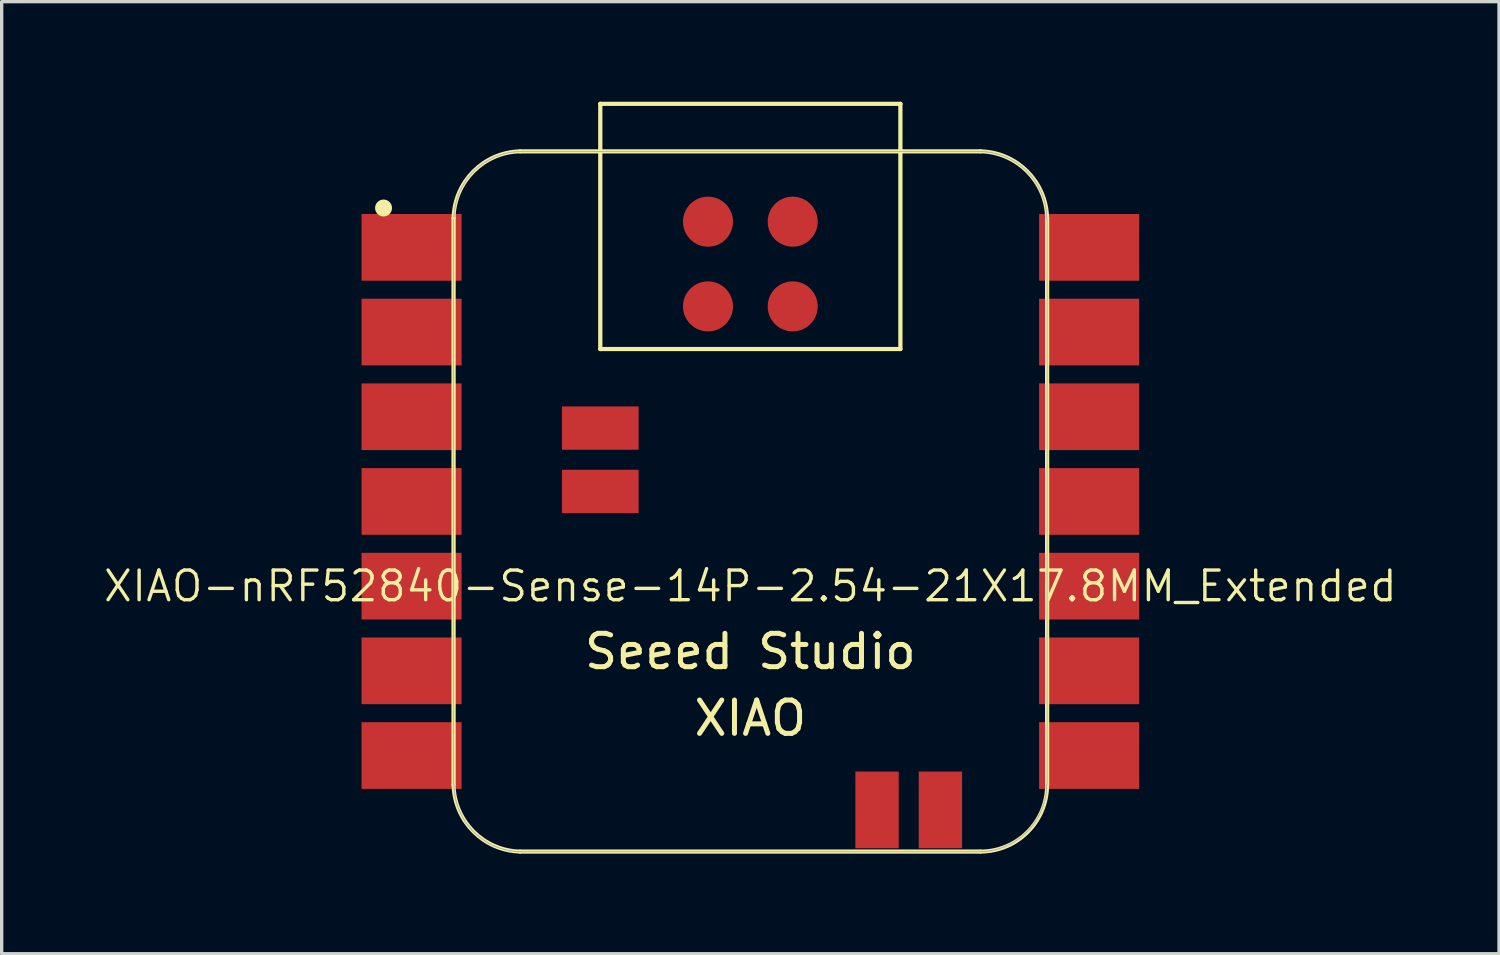
<source format=kicad_pcb>
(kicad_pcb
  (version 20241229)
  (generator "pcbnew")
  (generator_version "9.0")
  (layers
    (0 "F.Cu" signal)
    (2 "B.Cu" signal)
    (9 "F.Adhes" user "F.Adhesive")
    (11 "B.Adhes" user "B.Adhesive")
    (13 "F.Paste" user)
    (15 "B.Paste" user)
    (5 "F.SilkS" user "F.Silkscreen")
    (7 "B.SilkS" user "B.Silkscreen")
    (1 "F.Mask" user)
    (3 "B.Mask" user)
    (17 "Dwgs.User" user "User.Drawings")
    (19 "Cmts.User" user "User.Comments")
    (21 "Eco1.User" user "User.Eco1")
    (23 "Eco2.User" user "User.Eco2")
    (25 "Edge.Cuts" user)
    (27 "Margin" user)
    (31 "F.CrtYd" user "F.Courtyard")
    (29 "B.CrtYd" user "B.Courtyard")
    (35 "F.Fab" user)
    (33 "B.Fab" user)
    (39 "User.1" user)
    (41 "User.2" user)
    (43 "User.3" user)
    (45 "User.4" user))
  (footprint "XIAO-nRF52840-Sense-14P-2.54-21X17.8MM_Extended"
    (layer "F.Cu")
    (at 19.452 11.988)
    (property "Reference" "XIAO-nRF52840-Sense-14P-2.54-21X17.8MM_Extended" (at 0 2.54 0) (layer "F.SilkS") (effects (font (size 0.889 0.889) (thickness 0.102))))
    (attr smd)
    (fp_line (start -8.9 -8.5) (end -8.9 8.5) (stroke (width 0.127) (type solid)) (layer "F.SilkS"))
    (fp_line (start -6.9 10.5) (end 6.9 10.5) (stroke (width 0.127) (type solid)) (layer "F.SilkS"))
    (fp_line (start -4.5 -11.924) (end 4.5 -11.924) (stroke (width 0.127) (type solid)) (layer "F.SilkS"))
    (fp_line (start -4.5 -4.571) (end -4.5 -11.924) (stroke (width 0.127) (type solid)) (layer "F.SilkS"))
    (fp_line (start 4.5 -11.924) (end 4.5 -4.571) (stroke (width 0.127) (type solid)) (layer "F.SilkS"))
    (fp_line (start 4.5 -4.571) (end -4.5 -4.571) (stroke (width 0.127) (type solid)) (layer "F.SilkS"))
    (fp_line (start 6.9 -10.499) (end -6.9 -10.499) (stroke (width 0.127) (type solid)) (layer "F.SilkS"))
    (fp_line (start 8.9 8.5) (end 8.9 -8.5) (stroke (width 0.127) (type solid)) (layer "F.SilkS"))
    (fp_arc (start -8.9 -8.5) (mid -8.301491 -9.901491) (end -6.9 -10.5) (stroke (width 0.12) (type solid)) (layer "F.SilkS"))
    (fp_arc (start -6.9 10.5) (mid -8.301423 9.901423) (end -8.9 8.5) (stroke (width 0.12) (type solid)) (layer "F.SilkS"))
    (fp_arc (start 6.9 -10.5) (mid 8.301491 -9.901491) (end 8.9 -8.5) (stroke (width 0.12) (type solid)) (layer "F.SilkS"))
    (fp_arc (start 8.9 8.5) (mid 8.314214 9.914214) (end 6.9 10.5) (stroke (width 0.12) (type solid)) (layer "F.SilkS"))
    (fp_circle (center -11 -8.8) (end -11 -9.054) (stroke (width 0) (type solid)) (fill yes) (layer "F.SilkS"))
    (fp_poly (pts (xy -8.888 -8.562) (xy -8.885 -8.61) (xy -8.881 -8.659)) (stroke (width 0.025) (type solid)) (fill no) (layer "F.SilkS"))
    (fp_poly (pts (xy 8.889 8.522) (xy 8.888 8.571) (xy 8.885 8.62) (xy 8.881 8.669) (xy 8.875 8.717) (xy 8.869 8.766) (xy 8.861 8.815) (xy 8.852 8.863) (xy 8.842 8.911)) (stroke (width 0.025) (type solid)) (fill no) (layer "F.SilkS"))
    (fp_line (start -8.9 -8.463) (end -8.9 8.473) (stroke (width 0.025) (type solid)) (layer "F.Fab"))
    (fp_line (start -8.89 8.473) (end -8.889 8.522) (stroke (width 0.025) (type solid)) (layer "F.Fab"))
    (fp_line (start -8.889 8.522) (end -8.888 8.571) (stroke (width 0.025) (type solid)) (layer "F.Fab"))
    (fp_line (start -8.888 -8.562) (end -8.889 -8.512) (stroke (width 0.025) (type solid)) (layer "F.Fab"))
    (fp_line (start -8.888 8.571) (end -8.885 8.62) (stroke (width 0.025) (type solid)) (layer "F.Fab"))
    (fp_line (start -8.885 -8.61) (end -8.888 -8.562) (stroke (width 0.025) (type solid)) (layer "F.Fab"))
    (fp_line (start -8.885 8.62) (end -8.881 8.669) (stroke (width 0.025) (type solid)) (layer "F.Fab"))
    (fp_line (start -8.881 -8.659) (end -8.885 -8.61) (stroke (width 0.025) (type solid)) (layer "F.Fab"))
    (fp_line (start -8.881 8.669) (end -8.875 8.717) (stroke (width 0.025) (type solid)) (layer "F.Fab"))
    (fp_line (start -8.875 -8.708) (end -8.881 -8.659) (stroke (width 0.025) (type solid)) (layer "F.Fab"))
    (fp_line (start -8.875 8.717) (end -8.869 8.766) (stroke (width 0.025) (type solid)) (layer "F.Fab"))
    (fp_line (start -8.869 -8.757) (end -8.875 -8.708) (stroke (width 0.025) (type solid)) (layer "F.Fab"))
    (fp_line (start -8.869 8.766) (end -8.861 8.815) (stroke (width 0.025) (type solid)) (layer "F.Fab"))
    (fp_line (start -8.861 -8.806) (end -8.869 -8.757) (stroke (width 0.025) (type solid)) (layer "F.Fab"))
    (fp_line (start -8.861 8.815) (end -8.852 8.863) (stroke (width 0.025) (type solid)) (layer "F.Fab"))
    (fp_line (start -8.852 -8.854) (end -8.861 -8.806) (stroke (width 0.025) (type solid)) (layer "F.Fab"))
    (fp_line (start -8.852 8.863) (end -8.842 8.911) (stroke (width 0.025) (type solid)) (layer "F.Fab"))
    (fp_line (start -8.842 -8.902) (end -8.852 -8.854) (stroke (width 0.025) (type solid)) (layer "F.Fab"))
    (fp_line (start -8.842 8.911) (end -8.831 8.959) (stroke (width 0.025) (type solid)) (layer "F.Fab"))
    (fp_line (start -8.831 -8.95) (end -8.842 -8.902) (stroke (width 0.025) (type solid)) (layer "F.Fab"))
    (fp_line (start -8.831 8.959) (end -8.819 9.006) (stroke (width 0.025) (type solid)) (layer "F.Fab"))
    (fp_line (start -8.819 -8.997) (end -8.831 -8.95) (stroke (width 0.025) (type solid)) (layer "F.Fab"))
    (fp_line (start -8.819 9.006) (end -8.805 9.054) (stroke (width 0.025) (type solid)) (layer "F.Fab"))
    (fp_line (start -8.805 -9.045) (end -8.819 -8.997) (stroke (width 0.025) (type solid)) (layer "F.Fab"))
    (fp_line (start -8.805 9.054) (end -8.79 9.1) (stroke (width 0.025) (type solid)) (layer "F.Fab"))
    (fp_line (start -8.79 -9.091) (end -8.805 -9.045) (stroke (width 0.025) (type solid)) (layer "F.Fab"))
    (fp_line (start -8.79 9.1) (end -8.775 9.147) (stroke (width 0.025) (type solid)) (layer "F.Fab"))
    (fp_line (start -8.775 -9.138) (end -8.79 -9.091) (stroke (width 0.025) (type solid)) (layer "F.Fab"))
    (fp_line (start -8.775 9.147) (end -8.758 9.193) (stroke (width 0.025) (type solid)) (layer "F.Fab"))
    (fp_line (start -8.758 -9.184) (end -8.775 -9.138) (stroke (width 0.025) (type solid)) (layer "F.Fab"))
    (fp_line (start -8.758 9.193) (end -8.74 9.239) (stroke (width 0.025) (type solid)) (layer "F.Fab"))
    (fp_line (start -8.74 -9.23) (end -8.758 -9.184) (stroke (width 0.025) (type solid)) (layer "F.Fab"))
    (fp_line (start -8.74 9.239) (end -8.721 9.284) (stroke (width 0.025) (type solid)) (layer "F.Fab"))
    (fp_line (start -8.721 -9.275) (end -8.74 -9.23) (stroke (width 0.025) (type solid)) (layer "F.Fab"))
    (fp_line (start -8.721 9.284) (end -8.701 9.329) (stroke (width 0.025) (type solid)) (layer "F.Fab"))
    (fp_line (start -8.701 -9.32) (end -8.721 -9.275) (stroke (width 0.025) (type solid)) (layer "F.Fab"))
    (fp_line (start -8.701 9.329) (end -8.679 9.373) (stroke (width 0.025) (type solid)) (layer "F.Fab"))
    (fp_line (start -8.679 -9.364) (end -8.701 -9.32) (stroke (width 0.025) (type solid)) (layer "F.Fab"))
    (fp_line (start -8.679 9.373) (end -8.657 9.417) (stroke (width 0.025) (type solid)) (layer "F.Fab"))
    (fp_line (start -8.657 -9.408) (end -8.679 -9.364) (stroke (width 0.025) (type solid)) (layer "F.Fab"))
    (fp_line (start -8.657 9.417) (end -8.634 9.46) (stroke (width 0.025) (type solid)) (layer "F.Fab"))
    (fp_line (start -8.634 -9.451) (end -8.657 -9.408) (stroke (width 0.025) (type solid)) (layer "F.Fab"))
    (fp_line (start -8.634 9.46) (end -8.61 9.503) (stroke (width 0.025) (type solid)) (layer "F.Fab"))
    (fp_line (start -8.61 -9.494) (end -8.634 -9.451) (stroke (width 0.025) (type solid)) (layer "F.Fab"))
    (fp_line (start -8.61 9.503) (end -8.584 9.545) (stroke (width 0.025) (type solid)) (layer "F.Fab"))
    (fp_line (start -8.584 -9.536) (end -8.61 -9.494) (stroke (width 0.025) (type solid)) (layer "F.Fab"))
    (fp_line (start -8.584 9.545) (end -8.558 9.586) (stroke (width 0.025) (type solid)) (layer "F.Fab"))
    (fp_line (start -8.558 -9.577) (end -8.584 -9.536) (stroke (width 0.025) (type solid)) (layer "F.Fab"))
    (fp_line (start -8.558 9.586) (end -8.53 9.627) (stroke (width 0.025) (type solid)) (layer "F.Fab"))
    (fp_line (start -8.53 -9.618) (end -8.558 -9.577) (stroke (width 0.025) (type solid)) (layer "F.Fab"))
    (fp_line (start -8.53 9.627) (end -8.502 9.667) (stroke (width 0.025) (type solid)) (layer "F.Fab"))
    (fp_line (start -8.502 -9.658) (end -8.53 -9.618) (stroke (width 0.025) (type solid)) (layer "F.Fab"))
    (fp_line (start -8.502 9.667) (end -8.473 9.706) (stroke (width 0.025) (type solid)) (layer "F.Fab"))
    (fp_line (start -8.473 -9.697) (end -8.502 -9.658) (stroke (width 0.025) (type solid)) (layer "F.Fab"))
    (fp_line (start -8.473 9.706) (end -8.442 9.745) (stroke (width 0.025) (type solid)) (layer "F.Fab"))
    (fp_line (start -8.442 -9.736) (end -8.473 -9.697) (stroke (width 0.025) (type solid)) (layer "F.Fab"))
    (fp_line (start -8.442 9.745) (end -8.411 9.783) (stroke (width 0.025) (type solid)) (layer "F.Fab"))
    (fp_line (start -8.411 -9.774) (end -8.442 -9.736) (stroke (width 0.025) (type solid)) (layer "F.Fab"))
    (fp_line (start -8.411 9.783) (end -8.379 9.82) (stroke (width 0.025) (type solid)) (layer "F.Fab"))
    (fp_line (start -8.379 -9.811) (end -8.411 -9.774) (stroke (width 0.025) (type solid)) (layer "F.Fab"))
    (fp_line (start -8.379 9.82) (end -8.346 9.856) (stroke (width 0.025) (type solid)) (layer "F.Fab"))
    (fp_line (start -8.346 -9.847) (end -8.379 -9.811) (stroke (width 0.025) (type solid)) (layer "F.Fab"))
    (fp_line (start -8.346 9.856) (end -8.312 9.892) (stroke (width 0.025) (type solid)) (layer "F.Fab"))
    (fp_line (start -8.312 -9.883) (end -8.346 -9.847) (stroke (width 0.025) (type solid)) (layer "F.Fab"))
    (fp_line (start -8.312 9.892) (end -8.277 9.927) (stroke (width 0.025) (type solid)) (layer "F.Fab"))
    (fp_line (start -8.277 -9.918) (end -8.312 -9.883) (stroke (width 0.025) (type solid)) (layer "F.Fab"))
    (fp_line (start -8.277 9.927) (end -8.242 9.96) (stroke (width 0.025) (type solid)) (layer "F.Fab"))
    (fp_line (start -8.242 -9.951) (end -8.277 -9.918) (stroke (width 0.025) (type solid)) (layer "F.Fab"))
    (fp_line (start -8.242 9.96) (end -8.205 9.994) (stroke (width 0.025) (type solid)) (layer "F.Fab"))
    (fp_line (start -8.205 -9.984) (end -8.242 -9.951) (stroke (width 0.025) (type solid)) (layer "F.Fab"))
    (fp_line (start -8.205 9.994) (end -8.168 10.026) (stroke (width 0.025) (type solid)) (layer "F.Fab"))
    (fp_line (start -8.168 -10.017) (end -8.205 -9.984) (stroke (width 0.025) (type solid)) (layer "F.Fab"))
    (fp_line (start -8.168 10.026) (end -8.13 10.057) (stroke (width 0.025) (type solid)) (layer "F.Fab"))
    (fp_line (start -8.13 -10.048) (end -8.168 -10.017) (stroke (width 0.025) (type solid)) (layer "F.Fab"))
    (fp_line (start -8.13 10.057) (end -8.092 10.087) (stroke (width 0.025) (type solid)) (layer "F.Fab"))
    (fp_line (start -8.092 -10.078) (end -8.13 -10.048) (stroke (width 0.025) (type solid)) (layer "F.Fab"))
    (fp_line (start -8.092 10.087) (end -8.052 10.116) (stroke (width 0.025) (type solid)) (layer "F.Fab"))
    (fp_line (start -8.052 -10.107) (end -8.092 -10.078) (stroke (width 0.025) (type solid)) (layer "F.Fab"))
    (fp_line (start -8.052 10.116) (end -8.012 10.145) (stroke (width 0.025) (type solid)) (layer "F.Fab"))
    (fp_line (start -8.012 -10.136) (end -8.052 -10.107) (stroke (width 0.025) (type solid)) (layer "F.Fab"))
    (fp_line (start -8.012 10.145) (end -7.972 10.172) (stroke (width 0.025) (type solid)) (layer "F.Fab"))
    (fp_line (start -7.972 -10.163) (end -8.012 -10.136) (stroke (width 0.025) (type solid)) (layer "F.Fab"))
    (fp_line (start -7.972 10.172) (end -7.93 10.199) (stroke (width 0.025) (type solid)) (layer "F.Fab"))
    (fp_line (start -7.93 -10.19) (end -7.972 -10.163) (stroke (width 0.025) (type solid)) (layer "F.Fab"))
    (fp_line (start -7.93 10.199) (end -7.888 10.224) (stroke (width 0.025) (type solid)) (layer "F.Fab"))
    (fp_line (start -7.888 -10.215) (end -7.93 -10.19) (stroke (width 0.025) (type solid)) (layer "F.Fab"))
    (fp_line (start -7.888 10.224) (end -7.846 10.249) (stroke (width 0.025) (type solid)) (layer "F.Fab"))
    (fp_line (start -7.846 -10.239) (end -7.888 -10.215) (stroke (width 0.025) (type solid)) (layer "F.Fab"))
    (fp_line (start -7.846 10.249) (end -7.802 10.272) (stroke (width 0.025) (type solid)) (layer "F.Fab"))
    (fp_line (start -7.802 -10.263) (end -7.846 -10.239) (stroke (width 0.025) (type solid)) (layer "F.Fab"))
    (fp_line (start -7.802 10.272) (end -7.759 10.294) (stroke (width 0.025) (type solid)) (layer "F.Fab"))
    (fp_line (start -7.759 -10.285) (end -7.802 -10.263) (stroke (width 0.025) (type solid)) (layer "F.Fab"))
    (fp_line (start -7.759 10.294) (end -7.714 10.315) (stroke (width 0.025) (type solid)) (layer "F.Fab"))
    (fp_line (start -7.714 -10.306) (end -7.759 -10.285) (stroke (width 0.025) (type solid)) (layer "F.Fab"))
    (fp_line (start -7.714 10.315) (end -7.67 10.335) (stroke (width 0.025) (type solid)) (layer "F.Fab"))
    (fp_line (start -7.67 -10.326) (end -7.714 -10.306) (stroke (width 0.025) (type solid)) (layer "F.Fab"))
    (fp_line (start -7.67 10.335) (end -7.624 10.354) (stroke (width 0.025) (type solid)) (layer "F.Fab"))
    (fp_line (start -7.624 -10.345) (end -7.67 -10.326) (stroke (width 0.025) (type solid)) (layer "F.Fab"))
    (fp_line (start -7.624 10.354) (end -7.579 10.372) (stroke (width 0.025) (type solid)) (layer "F.Fab"))
    (fp_line (start -7.579 -10.363) (end -7.624 -10.345) (stroke (width 0.025) (type solid)) (layer "F.Fab"))
    (fp_line (start -7.579 10.372) (end -7.532 10.389) (stroke (width 0.025) (type solid)) (layer "F.Fab"))
    (fp_line (start -7.532 -10.38) (end -7.579 -10.363) (stroke (width 0.025) (type solid)) (layer "F.Fab"))
    (fp_line (start -7.532 10.389) (end -7.486 10.405) (stroke (width 0.025) (type solid)) (layer "F.Fab"))
    (fp_line (start -7.486 -10.396) (end -7.532 -10.38) (stroke (width 0.025) (type solid)) (layer "F.Fab"))
    (fp_line (start -7.486 10.405) (end -7.439 10.42) (stroke (width 0.025) (type solid)) (layer "F.Fab"))
    (fp_line (start -7.439 -10.411) (end -7.486 -10.396) (stroke (width 0.025) (type solid)) (layer "F.Fab"))
    (fp_line (start -7.439 10.42) (end -7.392 10.433) (stroke (width 0.025) (type solid)) (layer "F.Fab"))
    (fp_line (start -7.392 -10.424) (end -7.439 -10.411) (stroke (width 0.025) (type solid)) (layer "F.Fab"))
    (fp_line (start -7.392 10.433) (end -7.344 10.446) (stroke (width 0.025) (type solid)) (layer "F.Fab"))
    (fp_line (start -7.344 -10.436) (end -7.392 -10.424) (stroke (width 0.025) (type solid)) (layer "F.Fab"))
    (fp_line (start -7.344 10.446) (end -7.296 10.457) (stroke (width 0.025) (type solid)) (layer "F.Fab"))
    (fp_line (start -7.296 -10.448) (end -7.344 -10.436) (stroke (width 0.025) (type solid)) (layer "F.Fab"))
    (fp_line (start -7.296 10.457) (end -7.248 10.467) (stroke (width 0.025) (type solid)) (layer "F.Fab"))
    (fp_line (start -7.248 -10.458) (end -7.296 -10.448) (stroke (width 0.025) (type solid)) (layer "F.Fab"))
    (fp_line (start -7.248 10.467) (end -7.2 10.476) (stroke (width 0.025) (type solid)) (layer "F.Fab"))
    (fp_line (start -7.2 -10.466) (end -7.248 -10.458) (stroke (width 0.025) (type solid)) (layer "F.Fab"))
    (fp_line (start -7.2 10.476) (end -7.152 10.483) (stroke (width 0.025) (type solid)) (layer "F.Fab"))
    (fp_line (start -7.152 -10.474) (end -7.2 -10.466) (stroke (width 0.025) (type solid)) (layer "F.Fab"))
    (fp_line (start -7.152 10.483) (end -7.103 10.49) (stroke (width 0.025) (type solid)) (layer "F.Fab"))
    (fp_line (start -7.103 -10.481) (end -7.152 -10.474) (stroke (width 0.025) (type solid)) (layer "F.Fab"))
    (fp_line (start -7.103 10.49) (end -7.054 10.495) (stroke (width 0.025) (type solid)) (layer "F.Fab"))
    (fp_line (start -7.054 -10.486) (end -7.103 -10.481) (stroke (width 0.025) (type solid)) (layer "F.Fab"))
    (fp_line (start -7.054 10.495) (end -7.005 10.499) (stroke (width 0.025) (type solid)) (layer "F.Fab"))
    (fp_line (start -7.005 -10.49) (end -7.054 -10.486) (stroke (width 0.025) (type solid)) (layer "F.Fab"))
    (fp_line (start -7.005 10.499) (end -6.956 10.502) (stroke (width 0.025) (type solid)) (layer "F.Fab"))
    (fp_line (start -6.956 -10.493) (end -7.005 -10.49) (stroke (width 0.025) (type solid)) (layer "F.Fab"))
    (fp_line (start -6.956 10.502) (end -6.907 10.504) (stroke (width 0.025) (type solid)) (layer "F.Fab"))
    (fp_line (start -6.907 -10.495) (end -6.956 -10.493) (stroke (width 0.025) (type solid)) (layer "F.Fab"))
    (fp_line (start -6.907 10.504) (end -6.858 10.505) (stroke (width 0.025) (type solid)) (layer "F.Fab"))
    (fp_line (start -6.858 -10.495) (end -6.907 -10.495) (stroke (width 0.025) (type solid)) (layer "F.Fab"))
    (fp_line (start -6.858 10.505) (end 6.858 10.505) (stroke (width 0.025) (type solid)) (layer "F.Fab"))
    (fp_line (start 6.858 -10.495) (end -6.858 -10.495) (stroke (width 0.025) (type solid)) (layer "F.Fab"))
    (fp_line (start 6.858 10.505) (end 6.907 10.504) (stroke (width 0.025) (type solid)) (layer "F.Fab"))
    (fp_line (start 6.907 -10.495) (end 6.858 -10.495) (stroke (width 0.025) (type solid)) (layer "F.Fab"))
    (fp_line (start 6.907 10.504) (end 6.956 10.502) (stroke (width 0.025) (type solid)) (layer "F.Fab"))
    (fp_line (start 6.956 -10.493) (end 6.907 -10.495) (stroke (width 0.025) (type solid)) (layer "F.Fab"))
    (fp_line (start 6.956 10.502) (end 7.005 10.499) (stroke (width 0.025) (type solid)) (layer "F.Fab"))
    (fp_line (start 7.005 -10.49) (end 6.956 -10.493) (stroke (width 0.025) (type solid)) (layer "F.Fab"))
    (fp_line (start 7.005 10.499) (end 7.054 10.495) (stroke (width 0.025) (type solid)) (layer "F.Fab"))
    (fp_line (start 7.054 -10.486) (end 7.005 -10.49) (stroke (width 0.025) (type solid)) (layer "F.Fab"))
    (fp_line (start 7.054 10.495) (end 7.103 10.49) (stroke (width 0.025) (type solid)) (layer "F.Fab"))
    (fp_line (start 7.103 -10.481) (end 7.054 -10.486) (stroke (width 0.025) (type solid)) (layer "F.Fab"))
    (fp_line (start 7.103 10.49) (end 7.152 10.483) (stroke (width 0.025) (type solid)) (layer "F.Fab"))
    (fp_line (start 7.152 -10.474) (end 7.103 -10.481) (stroke (width 0.025) (type solid)) (layer "F.Fab"))
    (fp_line (start 7.152 10.483) (end 7.2 10.476) (stroke (width 0.025) (type solid)) (layer "F.Fab"))
    (fp_line (start 7.2 -10.466) (end 7.152 -10.474) (stroke (width 0.025) (type solid)) (layer "F.Fab"))
    (fp_line (start 7.2 10.476) (end 7.248 10.467) (stroke (width 0.025) (type solid)) (layer "F.Fab"))
    (fp_line (start 7.248 -10.458) (end 7.2 -10.466) (stroke (width 0.025) (type solid)) (layer "F.Fab"))
    (fp_line (start 7.248 10.467) (end 7.296 10.457) (stroke (width 0.025) (type solid)) (layer "F.Fab"))
    (fp_line (start 7.296 -10.448) (end 7.248 -10.458) (stroke (width 0.025) (type solid)) (layer "F.Fab"))
    (fp_line (start 7.296 10.457) (end 7.344 10.446) (stroke (width 0.025) (type solid)) (layer "F.Fab"))
    (fp_line (start 7.344 -10.436) (end 7.296 -10.448) (stroke (width 0.025) (type solid)) (layer "F.Fab"))
    (fp_line (start 7.344 10.446) (end 7.392 10.433) (stroke (width 0.025) (type solid)) (layer "F.Fab"))
    (fp_line (start 7.392 -10.424) (end 7.344 -10.436) (stroke (width 0.025) (type solid)) (layer "F.Fab"))
    (fp_line (start 7.392 10.433) (end 7.439 10.42) (stroke (width 0.025) (type solid)) (layer "F.Fab"))
    (fp_line (start 7.439 -10.411) (end 7.392 -10.424) (stroke (width 0.025) (type solid)) (layer "F.Fab"))
    (fp_line (start 7.439 10.42) (end 7.486 10.405) (stroke (width 0.025) (type solid)) (layer "F.Fab"))
    (fp_line (start 7.486 -10.396) (end 7.439 -10.411) (stroke (width 0.025) (type solid)) (layer "F.Fab"))
    (fp_line (start 7.486 10.405) (end 7.532 10.389) (stroke (width 0.025) (type solid)) (layer "F.Fab"))
    (fp_line (start 7.532 -10.38) (end 7.486 -10.396) (stroke (width 0.025) (type solid)) (layer "F.Fab"))
    (fp_line (start 7.532 10.389) (end 7.579 10.372) (stroke (width 0.025) (type solid)) (layer "F.Fab"))
    (fp_line (start 7.579 -10.363) (end 7.532 -10.38) (stroke (width 0.025) (type solid)) (layer "F.Fab"))
    (fp_line (start 7.579 10.372) (end 7.624 10.354) (stroke (width 0.025) (type solid)) (layer "F.Fab"))
    (fp_line (start 7.624 -10.345) (end 7.579 -10.363) (stroke (width 0.025) (type solid)) (layer "F.Fab"))
    (fp_line (start 7.624 10.354) (end 7.67 10.335) (stroke (width 0.025) (type solid)) (layer "F.Fab"))
    (fp_line (start 7.67 -10.326) (end 7.624 -10.345) (stroke (width 0.025) (type solid)) (layer "F.Fab"))
    (fp_line (start 7.67 10.335) (end 7.714 10.315) (stroke (width 0.025) (type solid)) (layer "F.Fab"))
    (fp_line (start 7.714 -10.306) (end 7.67 -10.326) (stroke (width 0.025) (type solid)) (layer "F.Fab"))
    (fp_line (start 7.714 10.315) (end 7.759 10.294) (stroke (width 0.025) (type solid)) (layer "F.Fab"))
    (fp_line (start 7.759 -10.285) (end 7.714 -10.306) (stroke (width 0.025) (type solid)) (layer "F.Fab"))
    (fp_line (start 7.759 10.294) (end 7.802 10.272) (stroke (width 0.025) (type solid)) (layer "F.Fab"))
    (fp_line (start 7.802 -10.263) (end 7.759 -10.285) (stroke (width 0.025) (type solid)) (layer "F.Fab"))
    (fp_line (start 7.802 10.272) (end 7.846 10.249) (stroke (width 0.025) (type solid)) (layer "F.Fab"))
    (fp_line (start 7.846 -10.239) (end 7.802 -10.263) (stroke (width 0.025) (type solid)) (layer "F.Fab"))
    (fp_line (start 7.846 10.249) (end 7.888 10.224) (stroke (width 0.025) (type solid)) (layer "F.Fab"))
    (fp_line (start 7.888 -10.215) (end 7.846 -10.239) (stroke (width 0.025) (type solid)) (layer "F.Fab"))
    (fp_line (start 7.888 10.224) (end 7.93 10.199) (stroke (width 0.025) (type solid)) (layer "F.Fab"))
    (fp_line (start 7.93 -10.19) (end 7.888 -10.215) (stroke (width 0.025) (type solid)) (layer "F.Fab"))
    (fp_line (start 7.93 10.199) (end 7.972 10.172) (stroke (width 0.025) (type solid)) (layer "F.Fab"))
    (fp_line (start 7.972 -10.163) (end 7.93 -10.19) (stroke (width 0.025) (type solid)) (layer "F.Fab"))
    (fp_line (start 7.972 10.172) (end 8.012 10.145) (stroke (width 0.025) (type solid)) (layer "F.Fab"))
    (fp_line (start 8.012 -10.136) (end 7.972 -10.163) (stroke (width 0.025) (type solid)) (layer "F.Fab"))
    (fp_line (start 8.012 10.145) (end 8.052 10.116) (stroke (width 0.025) (type solid)) (layer "F.Fab"))
    (fp_line (start 8.052 -10.107) (end 8.012 -10.136) (stroke (width 0.025) (type solid)) (layer "F.Fab"))
    (fp_line (start 8.052 10.116) (end 8.092 10.087) (stroke (width 0.025) (type solid)) (layer "F.Fab"))
    (fp_line (start 8.092 -10.078) (end 8.052 -10.107) (stroke (width 0.025) (type solid)) (layer "F.Fab"))
    (fp_line (start 8.092 10.087) (end 8.13 10.057) (stroke (width 0.025) (type solid)) (layer "F.Fab"))
    (fp_line (start 8.13 -10.048) (end 8.092 -10.078) (stroke (width 0.025) (type solid)) (layer "F.Fab"))
    (fp_line (start 8.13 10.057) (end 8.168 10.026) (stroke (width 0.025) (type solid)) (layer "F.Fab"))
    (fp_line (start 8.168 -10.017) (end 8.13 -10.048) (stroke (width 0.025) (type solid)) (layer "F.Fab"))
    (fp_line (start 8.168 10.026) (end 8.205 9.994) (stroke (width 0.025) (type solid)) (layer "F.Fab"))
    (fp_line (start 8.205 -9.984) (end 8.168 -10.017) (stroke (width 0.025) (type solid)) (layer "F.Fab"))
    (fp_line (start 8.205 9.994) (end 8.242 9.96) (stroke (width 0.025) (type solid)) (layer "F.Fab"))
    (fp_line (start 8.242 -9.951) (end 8.205 -9.984) (stroke (width 0.025) (type solid)) (layer "F.Fab"))
    (fp_line (start 8.242 9.96) (end 8.277 9.927) (stroke (width 0.025) (type solid)) (layer "F.Fab"))
    (fp_line (start 8.277 -9.918) (end 8.242 -9.951) (stroke (width 0.025) (type solid)) (layer "F.Fab"))
    (fp_line (start 8.277 9.927) (end 8.312 9.892) (stroke (width 0.025) (type solid)) (layer "F.Fab"))
    (fp_line (start 8.312 -9.883) (end 8.277 -9.918) (stroke (width 0.025) (type solid)) (layer "F.Fab"))
    (fp_line (start 8.312 9.892) (end 8.346 9.856) (stroke (width 0.025) (type solid)) (layer "F.Fab"))
    (fp_line (start 8.346 -9.847) (end 8.312 -9.883) (stroke (width 0.025) (type solid)) (layer "F.Fab"))
    (fp_line (start 8.346 9.856) (end 8.379 9.82) (stroke (width 0.025) (type solid)) (layer "F.Fab"))
    (fp_line (start 8.379 -9.811) (end 8.346 -9.847) (stroke (width 0.025) (type solid)) (layer "F.Fab"))
    (fp_line (start 8.379 9.82) (end 8.411 9.783) (stroke (width 0.025) (type solid)) (layer "F.Fab"))
    (fp_line (start 8.411 -9.774) (end 8.379 -9.811) (stroke (width 0.025) (type solid)) (layer "F.Fab"))
    (fp_line (start 8.411 9.783) (end 8.442 9.745) (stroke (width 0.025) (type solid)) (layer "F.Fab"))
    (fp_line (start 8.442 -9.736) (end 8.411 -9.774) (stroke (width 0.025) (type solid)) (layer "F.Fab"))
    (fp_line (start 8.442 9.745) (end 8.473 9.706) (stroke (width 0.025) (type solid)) (layer "F.Fab"))
    (fp_line (start 8.473 -9.697) (end 8.442 -9.736) (stroke (width 0.025) (type solid)) (layer "F.Fab"))
    (fp_line (start 8.473 9.706) (end 8.502 9.667) (stroke (width 0.025) (type solid)) (layer "F.Fab"))
    (fp_line (start 8.502 -9.658) (end 8.473 -9.697) (stroke (width 0.025) (type solid)) (layer "F.Fab"))
    (fp_line (start 8.502 9.667) (end 8.53 9.627) (stroke (width 0.025) (type solid)) (layer "F.Fab"))
    (fp_line (start 8.53 -9.618) (end 8.502 -9.658) (stroke (width 0.025) (type solid)) (layer "F.Fab"))
    (fp_line (start 8.53 9.627) (end 8.558 9.586) (stroke (width 0.025) (type solid)) (layer "F.Fab"))
    (fp_line (start 8.558 -9.577) (end 8.53 -9.618) (stroke (width 0.025) (type solid)) (layer "F.Fab"))
    (fp_line (start 8.558 9.586) (end 8.584 9.545) (stroke (width 0.025) (type solid)) (layer "F.Fab"))
    (fp_line (start 8.584 -9.536) (end 8.558 -9.577) (stroke (width 0.025) (type solid)) (layer "F.Fab"))
    (fp_line (start 8.584 9.545) (end 8.61 9.503) (stroke (width 0.025) (type solid)) (layer "F.Fab"))
    (fp_line (start 8.61 -9.494) (end 8.584 -9.536) (stroke (width 0.025) (type solid)) (layer "F.Fab"))
    (fp_line (start 8.61 9.503) (end 8.634 9.46) (stroke (width 0.025) (type solid)) (layer "F.Fab"))
    (fp_line (start 8.634 -9.451) (end 8.61 -9.494) (stroke (width 0.025) (type solid)) (layer "F.Fab"))
    (fp_line (start 8.634 9.46) (end 8.657 9.417) (stroke (width 0.025) (type solid)) (layer "F.Fab"))
    (fp_line (start 8.657 -9.408) (end 8.634 -9.451) (stroke (width 0.025) (type solid)) (layer "F.Fab"))
    (fp_line (start 8.657 9.417) (end 8.679 9.373) (stroke (width 0.025) (type solid)) (layer "F.Fab"))
    (fp_line (start 8.679 -9.364) (end 8.657 -9.408) (stroke (width 0.025) (type solid)) (layer "F.Fab"))
    (fp_line (start 8.679 9.373) (end 8.701 9.329) (stroke (width 0.025) (type solid)) (layer "F.Fab"))
    (fp_line (start 8.701 -9.32) (end 8.679 -9.364) (stroke (width 0.025) (type solid)) (layer "F.Fab"))
    (fp_line (start 8.701 9.329) (end 8.721 9.284) (stroke (width 0.025) (type solid)) (layer "F.Fab"))
    (fp_line (start 8.721 -9.275) (end 8.701 -9.32) (stroke (width 0.025) (type solid)) (layer "F.Fab"))
    (fp_line (start 8.721 9.284) (end 8.74 9.239) (stroke (width 0.025) (type solid)) (layer "F.Fab"))
    (fp_line (start 8.74 -9.23) (end 8.721 -9.275) (stroke (width 0.025) (type solid)) (layer "F.Fab"))
    (fp_line (start 8.74 9.239) (end 8.758 9.193) (stroke (width 0.025) (type solid)) (layer "F.Fab"))
    (fp_line (start 8.758 -9.184) (end 8.74 -9.23) (stroke (width 0.025) (type solid)) (layer "F.Fab"))
    (fp_line (start 8.758 9.193) (end 8.775 9.147) (stroke (width 0.025) (type solid)) (layer "F.Fab"))
    (fp_line (start 8.775 -9.138) (end 8.758 -9.184) (stroke (width 0.025) (type solid)) (layer "F.Fab"))
    (fp_line (start 8.775 9.147) (end 8.79 9.1) (stroke (width 0.025) (type solid)) (layer "F.Fab"))
    (fp_line (start 8.79 -9.091) (end 8.775 -9.138) (stroke (width 0.025) (type solid)) (layer "F.Fab"))
    (fp_line (start 8.79 9.1) (end 8.805 9.054) (stroke (width 0.025) (type solid)) (layer "F.Fab"))
    (fp_line (start 8.805 -9.045) (end 8.79 -9.091) (stroke (width 0.025) (type solid)) (layer "F.Fab"))
    (fp_line (start 8.805 9.054) (end 8.819 9.006) (stroke (width 0.025) (type solid)) (layer "F.Fab"))
    (fp_line (start 8.819 -8.997) (end 8.805 -9.045) (stroke (width 0.025) (type solid)) (layer "F.Fab"))
    (fp_line (start 8.819 9.006) (end 8.831 8.959) (stroke (width 0.025) (type solid)) (layer "F.Fab"))
    (fp_line (start 8.831 -8.95) (end 8.819 -8.997) (stroke (width 0.025) (type solid)) (layer "F.Fab"))
    (fp_line (start 8.831 8.959) (end 8.842 8.911) (stroke (width 0.025) (type solid)) (layer "F.Fab"))
    (fp_line (start 8.842 -8.902) (end 8.831 -8.95) (stroke (width 0.025) (type solid)) (layer "F.Fab"))
    (fp_line (start 8.842 8.911) (end 8.852 8.863) (stroke (width 0.025) (type solid)) (layer "F.Fab"))
    (fp_line (start 8.852 -8.854) (end 8.842 -8.902) (stroke (width 0.025) (type solid)) (layer "F.Fab"))
    (fp_line (start 8.852 8.863) (end 8.861 8.815) (stroke (width 0.025) (type solid)) (layer "F.Fab"))
    (fp_line (start 8.861 -8.806) (end 8.852 -8.854) (stroke (width 0.025) (type solid)) (layer "F.Fab"))
    (fp_line (start 8.861 8.815) (end 8.869 8.766) (stroke (width 0.025) (type solid)) (layer "F.Fab"))
    (fp_line (start 8.869 -8.757) (end 8.861 -8.806) (stroke (width 0.025) (type solid)) (layer "F.Fab"))
    (fp_line (start 8.869 8.766) (end 8.875 8.717) (stroke (width 0.025) (type solid)) (layer "F.Fab"))
    (fp_line (start 8.875 -8.708) (end 8.869 -8.757) (stroke (width 0.025) (type solid)) (layer "F.Fab"))
    (fp_line (start 8.875 8.717) (end 8.881 8.669) (stroke (width 0.025) (type solid)) (layer "F.Fab"))
    (fp_line (start 8.881 -8.659) (end 8.875 -8.708) (stroke (width 0.025) (type solid)) (layer "F.Fab"))
    (fp_line (start 8.881 8.669) (end 8.885 8.62) (stroke (width 0.025) (type solid)) (layer "F.Fab"))
    (fp_line (start 8.885 -8.61) (end 8.881 -8.659) (stroke (width 0.025) (type solid)) (layer "F.Fab"))
    (fp_line (start 8.885 8.62) (end 8.888 8.571) (stroke (width 0.025) (type solid)) (layer "F.Fab"))
    (fp_line (start 8.888 -8.562) (end 8.885 -8.61) (stroke (width 0.025) (type solid)) (layer "F.Fab"))
    (fp_line (start 8.888 8.571) (end 8.889 8.522) (stroke (width 0.025) (type solid)) (layer "F.Fab"))
    (fp_line (start 8.889 -8.512) (end 8.888 -8.562) (stroke (width 0.025) (type solid)) (layer "F.Fab"))
    (fp_line (start 8.889 8.522) (end 8.89 8.473) (stroke (width 0.025) (type solid)) (layer "F.Fab"))
    (fp_line (start 8.89 -8.463) (end 8.889 -8.512) (stroke (width 0.025) (type solid)) (layer "F.Fab"))
    (fp_line (start 8.9 8.473) (end 8.9 -8.463) (stroke (width 0.025) (type solid)) (layer "F.Fab"))
    (fp_text user "Seeed Studio" (at 0 4.5 0) (unlocked yes) (layer "F.SilkS") (effects (font (size 1 1) (thickness 0.15))))
    (fp_text user "XIAO" (at 0 6.5 0) (unlocked yes) (layer "F.SilkS") (effects (font (size 1 1) (thickness 0.15))))
    (pad "1" smd rect (at -10.16 -7.62) (size 3 2) (layers "F.Cu" "F.Mask" "F.Paste"))
    (pad "2" smd rect (at -10.16 -5.08) (size 3 2) (layers "F.Cu" "F.Mask" "F.Paste"))
    (pad "3" smd rect (at -10.16 -2.54) (size 3 2) (layers "F.Cu" "F.Mask" "F.Paste"))
    (pad "4" smd rect (at -10.16 0) (size 3 2) (layers "F.Cu" "F.Mask" "F.Paste"))
    (pad "5" smd rect (at -10.16 2.54) (size 3 2) (layers "F.Cu" "F.Mask" "F.Paste"))
    (pad "6" smd rect (at -10.16 5.08 180) (size 3 2) (layers "F.Cu" "F.Mask" "F.Paste"))
    (pad "7" smd rect (at -10.16 7.62) (size 3 2) (layers "F.Cu" "F.Mask" "F.Paste"))
    (pad "8" smd rect (at 10.16 7.62) (size 3 2) (layers "F.Cu" "F.Mask" "F.Paste"))
    (pad "9" smd rect (at 10.16 5.08) (size 3 2) (layers "F.Cu" "F.Mask" "F.Paste"))
    (pad "10" smd rect (at 10.16 2.54) (size 3 2) (layers "F.Cu" "F.Mask" "F.Paste"))
    (pad "11" smd rect (at 10.16 0) (size 3 2) (layers "F.Cu" "F.Mask" "F.Paste"))
    (pad "12" smd rect (at 10.16 -2.54) (size 3 2) (layers "F.Cu" "F.Mask" "F.Paste"))
    (pad "13" smd rect (at 10.16 -5.08) (size 3 2) (layers "F.Cu" "F.Mask" "F.Paste"))
    (pad "14" smd rect (at 10.16 -7.62) (size 3 2) (layers "F.Cu" "F.Mask" "F.Paste"))
    (pad "15" smd circle (at -1.27 -8.39 90) (size 1.5 1.5) (layers "F.Cu" "F.Mask" "F.Paste"))
    (pad "16" smd circle (at 1.27 -8.39 90) (size 1.5 1.5) (layers "F.Cu" "F.Mask" "F.Paste"))
    (pad "17" smd circle (at -1.27 -5.85 90) (size 1.5 1.5) (layers "F.Cu" "F.Mask" "F.Paste"))
    (pad "18" smd circle (at 1.27 -5.85 90) (size 1.5 1.5) (layers "F.Cu" "F.Mask" "F.Paste"))
    (pad "19" smd rect (at 3.8 9.25 90) (size 2.3 1.3) (layers "F.Cu" "F.Mask" "F.Paste"))
    (pad "20" smd rect (at 5.7 9.25 90) (size 2.3 1.3) (layers "F.Cu" "F.Mask" "F.Paste"))
    (pad "21" smd rect (at -4.5 -2.2 180) (size 2.3 1.3) (layers "F.Cu" "F.Mask" "F.Paste"))
    (pad "22" smd rect (at -4.5 -0.3 180) (size 2.3 1.3) (layers "F.Cu" "F.Mask" "F.Paste")))
  (gr_rect
    (start -3 -3)
    (end 41.904 25.551)
    (stroke (width 0.1) (type default))
    (fill no)
    (layer "Edge.Cuts")))
</source>
